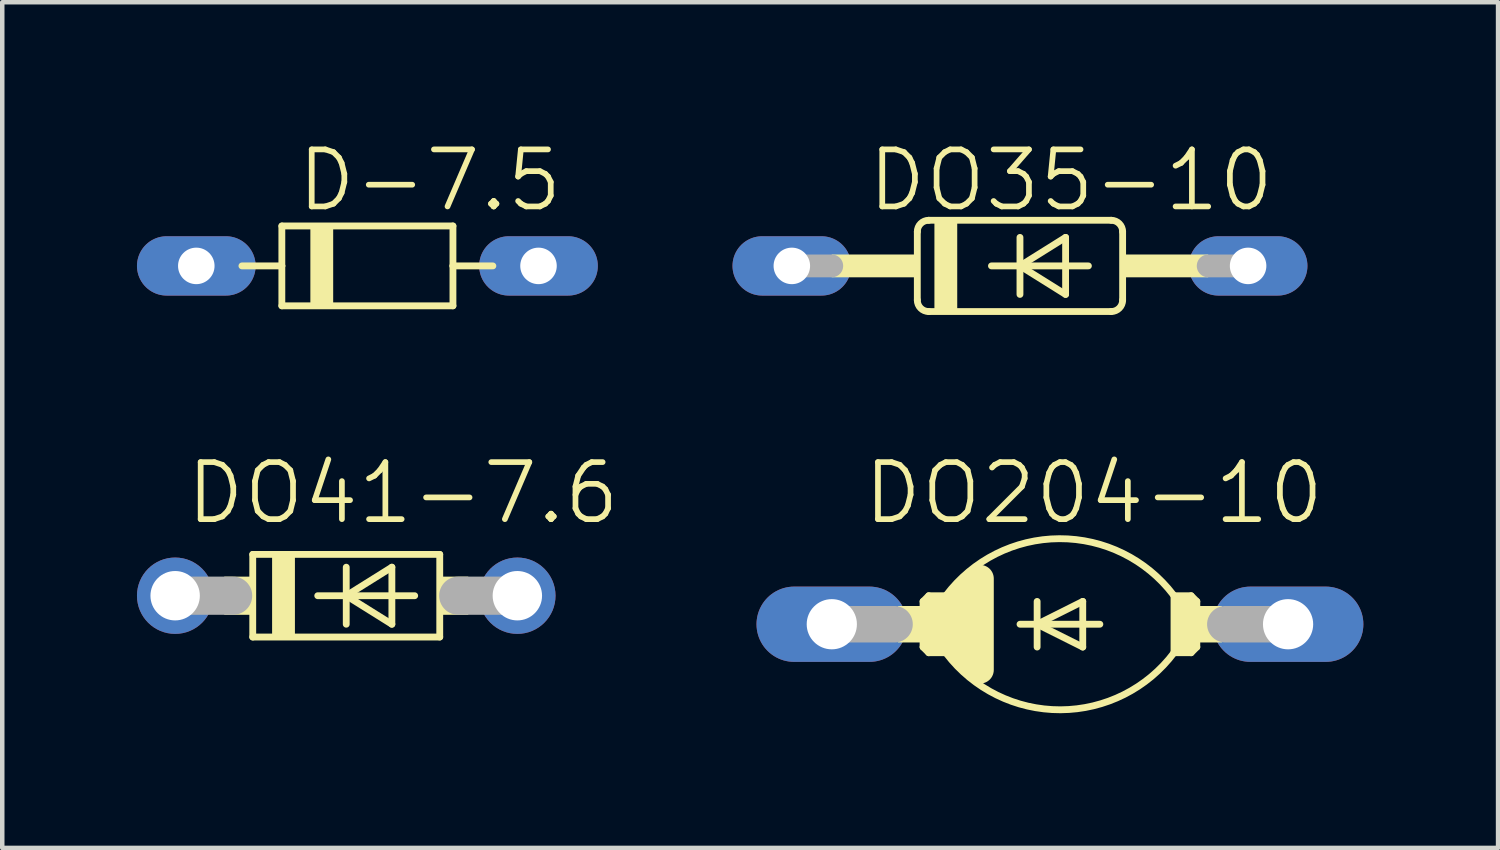
<source format=kicad_pcb>
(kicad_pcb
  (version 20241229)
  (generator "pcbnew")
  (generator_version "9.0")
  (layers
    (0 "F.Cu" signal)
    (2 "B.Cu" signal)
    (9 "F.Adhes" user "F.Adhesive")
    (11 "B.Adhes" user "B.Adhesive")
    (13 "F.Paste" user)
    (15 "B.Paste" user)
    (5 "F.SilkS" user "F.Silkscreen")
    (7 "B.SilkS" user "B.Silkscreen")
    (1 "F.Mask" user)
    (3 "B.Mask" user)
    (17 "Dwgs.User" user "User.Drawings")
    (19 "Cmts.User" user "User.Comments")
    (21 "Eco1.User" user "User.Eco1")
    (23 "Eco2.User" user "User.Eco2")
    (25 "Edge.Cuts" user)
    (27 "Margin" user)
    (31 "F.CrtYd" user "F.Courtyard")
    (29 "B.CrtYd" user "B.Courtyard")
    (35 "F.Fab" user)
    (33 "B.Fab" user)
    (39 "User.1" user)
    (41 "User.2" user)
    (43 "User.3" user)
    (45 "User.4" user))
  (footprint "DO41-7.6"
    (layer "F.Cu")
    (at 4.66 10.215)
    (property "Reference" "DO41-7.6" (at 1.264 -2.286 0) (layer "F.SilkS") (effects (font (size 1.27 1.27) (thickness 0.127))))
    (attr through_hole)
    (fp_line (start -2.082 -0.92) (end -2.082 0.92) (stroke (width 0.152) (type solid)) (layer "F.SilkS"))
    (fp_line (start -2.082 -0.92) (end 2.082 -0.92) (stroke (width 0.152) (type solid)) (layer "F.SilkS"))
    (fp_line (start -0.635 0) (end 0 0) (stroke (width 0.152) (type solid)) (layer "F.SilkS"))
    (fp_line (start 0 -0.635) (end 0 0) (stroke (width 0.152) (type solid)) (layer "F.SilkS"))
    (fp_line (start 0 0) (end 0 0.635) (stroke (width 0.152) (type solid)) (layer "F.SilkS"))
    (fp_line (start 0 0) (end 1.016 -0.635) (stroke (width 0.152) (type solid)) (layer "F.SilkS"))
    (fp_line (start 0 0) (end 1.524 0) (stroke (width 0.152) (type solid)) (layer "F.SilkS"))
    (fp_line (start 1.016 -0.635) (end 1.016 0.635) (stroke (width 0.152) (type solid)) (layer "F.SilkS"))
    (fp_line (start 1.016 0.635) (end 0 0) (stroke (width 0.152) (type solid)) (layer "F.SilkS"))
    (fp_line (start 2.082 0.92) (end -2.082 0.92) (stroke (width 0.152) (type solid)) (layer "F.SilkS"))
    (fp_line (start 2.082 0.92) (end 2.082 -0.92) (stroke (width 0.152) (type solid)) (layer "F.SilkS"))
    (fp_poly (pts (xy -2.717 -0.425) (xy -2.082 -0.425) (xy -2.082 0.425) (xy -2.717 0.425)) (stroke (width 0) (type solid)) (fill yes) (layer "F.SilkS"))
    (fp_poly (pts (xy -1.651 -0.92) (xy -1.143 -0.92) (xy -1.143 0.95) (xy -1.651 0.95)) (stroke (width 0) (type solid)) (fill yes) (layer "F.SilkS"))
    (fp_poly (pts (xy 2.082 -0.425) (xy 2.717 -0.425) (xy 2.717 0.425) (xy 2.082 0.425)) (stroke (width 0) (type solid)) (fill yes) (layer "F.SilkS"))
    (fp_line (start -3.81 0) (end -2.519 0) (stroke (width 0.85) (type solid)) (layer "F.Fab"))
    (fp_line (start 3.81 0) (end 2.494 0) (stroke (width 0.85) (type solid)) (layer "F.Fab"))
    (pad "A" thru_hole circle (at 3.81 0) (size 1.7 1.7) (drill 1.1) (layers "*.Cu" "*.Mask"))
    (pad "C" thru_hole circle (at -3.81 0) (size 1.7 1.7) (drill 1.1) (layers "*.Cu" "*.Mask")))
  (footprint "DO204-10"
    (layer "F.Cu")
    (at 20.552 10.85)
    (property "Reference" "DO204-10" (at 0.756 -2.921 0) (layer "F.SilkS") (effects (font (size 1.27 1.27) (thickness 0.127))))
    (attr through_hole)
    (fp_line (start -3.048 -0.508) (end -2.921 -0.635) (stroke (width 0.152) (type solid)) (layer "F.SilkS"))
    (fp_line (start -3.048 0.508) (end -3.048 -0.508) (stroke (width 0.152) (type solid)) (layer "F.SilkS"))
    (fp_line (start -3.048 0.508) (end -2.921 0.635) (stroke (width 0.152) (type solid)) (layer "F.SilkS"))
    (fp_line (start -2.794 -0.381) (end -2.794 0.381) (stroke (width 0.61) (type solid)) (layer "F.SilkS"))
    (fp_line (start -2.54 -0.635) (end -2.921 -0.635) (stroke (width 0.152) (type solid)) (layer "F.SilkS"))
    (fp_line (start -2.54 -0.635) (end -2.54 0.635) (stroke (width 0.152) (type solid)) (layer "F.SilkS"))
    (fp_line (start -2.54 0.635) (end -2.921 0.635) (stroke (width 0.152) (type solid)) (layer "F.SilkS"))
    (fp_line (start -2.286 -0.508) (end -2.286 0.508) (stroke (width 0.61) (type solid)) (layer "F.SilkS"))
    (fp_line (start -2.286 -0.508) (end -2.032 -0.762) (stroke (width 0.61) (type solid)) (layer "F.SilkS"))
    (fp_line (start -2.032 0.762) (end -2.286 0.508) (stroke (width 0.61) (type solid)) (layer "F.SilkS"))
    (fp_line (start -1.778 -1.016) (end -1.778 1.016) (stroke (width 0.61) (type solid)) (layer "F.SilkS"))
    (fp_line (start -0.889 0) (end -0.508 0) (stroke (width 0.152) (type solid)) (layer "F.SilkS"))
    (fp_line (start -0.508 -0.508) (end -0.508 0) (stroke (width 0.152) (type solid)) (layer "F.SilkS"))
    (fp_line (start -0.508 0) (end -0.508 0.508) (stroke (width 0.152) (type solid)) (layer "F.SilkS"))
    (fp_line (start -0.508 0) (end 0.508 -0.508) (stroke (width 0.152) (type solid)) (layer "F.SilkS"))
    (fp_line (start -0.508 0) (end 0.889 0) (stroke (width 0.152) (type solid)) (layer "F.SilkS"))
    (fp_line (start 0.508 -0.508) (end 0.508 0.508) (stroke (width 0.152) (type solid)) (layer "F.SilkS"))
    (fp_line (start 0.508 0.508) (end -0.508 0) (stroke (width 0.152) (type solid)) (layer "F.SilkS"))
    (fp_line (start 2.54 -0.635) (end 2.54 0.635) (stroke (width 0.152) (type solid)) (layer "F.SilkS"))
    (fp_line (start 2.54 -0.635) (end 2.921 -0.635) (stroke (width 0.152) (type solid)) (layer "F.SilkS"))
    (fp_line (start 2.54 0.635) (end 2.921 0.635) (stroke (width 0.152) (type solid)) (layer "F.SilkS"))
    (fp_line (start 2.794 -0.381) (end 2.794 0.381) (stroke (width 0.61) (type solid)) (layer "F.SilkS"))
    (fp_line (start 3.048 -0.508) (end 2.921 -0.635) (stroke (width 0.152) (type solid)) (layer "F.SilkS"))
    (fp_line (start 3.048 0.508) (end 2.921 0.635) (stroke (width 0.152) (type solid)) (layer "F.SilkS"))
    (fp_line (start 3.048 0.508) (end 3.048 -0.508) (stroke (width 0.152) (type solid)) (layer "F.SilkS"))
    (fp_arc (start -2.54 -0.635) (mid -0.012028 -1.904983) (end 2.525499 -0.654201) (stroke (width 0.1524) (type solid)) (layer "F.SilkS"))
    (fp_arc (start 2.539999 0.635001) (mid 0.012027 1.904983) (end -2.5255 0.6542) (stroke (width 0.1524) (type solid)) (layer "F.SilkS"))
    (fp_poly (pts (xy -3.607 -0.406) (xy -3.048 -0.406) (xy -3.048 0.406) (xy -3.607 0.406)) (stroke (width 0) (type solid)) (fill yes) (layer "F.SilkS"))
    (fp_poly (pts (xy 3.048 -0.406) (xy 3.607 -0.406) (xy 3.607 0.406) (xy 3.048 0.406)) (stroke (width 0) (type solid)) (fill yes) (layer "F.SilkS"))
    (fp_line (start -5.08 0) (end -3.683 0) (stroke (width 0.813) (type solid)) (layer "F.Fab"))
    (fp_line (start 5.08 0) (end 3.683 0) (stroke (width 0.813) (type solid)) (layer "F.Fab"))
    (pad "A" thru_hole oval (at 5.08 0) (size 3.353 1.676) (drill 1.118) (layers "*.Cu" "*.Mask"))
    (pad "C" thru_hole oval (at -5.08 0) (size 3.353 1.676) (drill 1.118) (layers "*.Cu" "*.Mask")))
  (footprint "D-7.5"
    (layer "F.Cu")
    (at 5.131 2.871)
    (property "Reference" "D-7.5" (at 1.391 -1.905 0) (layer "F.SilkS") (effects (font (size 1.27 1.27) (thickness 0.127))))
    (attr through_hole)
    (fp_line (start -1.905 -0.889) (end -1.905 0) (stroke (width 0.152) (type solid)) (layer "F.SilkS"))
    (fp_line (start -1.905 0) (end -2.794 0) (stroke (width 0.152) (type solid)) (layer "F.SilkS"))
    (fp_line (start -1.905 0) (end -1.905 0.889) (stroke (width 0.152) (type solid)) (layer "F.SilkS"))
    (fp_line (start -1.905 0.889) (end 1.905 0.889) (stroke (width 0.152) (type solid)) (layer "F.SilkS"))
    (fp_line (start 1.905 -0.889) (end -1.905 -0.889) (stroke (width 0.152) (type solid)) (layer "F.SilkS"))
    (fp_line (start 1.905 0) (end 1.905 -0.889) (stroke (width 0.152) (type solid)) (layer "F.SilkS"))
    (fp_line (start 1.905 0.889) (end 1.905 0) (stroke (width 0.152) (type solid)) (layer "F.SilkS"))
    (fp_line (start 2.794 0) (end 1.905 0) (stroke (width 0.152) (type solid)) (layer "F.SilkS"))
    (fp_poly (pts (xy -1.27 -0.889) (xy -0.762 -0.889) (xy -0.762 0.889) (xy -1.27 0.889)) (stroke (width 0) (type solid)) (fill yes) (layer "F.SilkS"))
    (pad "A" thru_hole oval (at 3.81 0) (size 2.642 1.321) (drill 0.813) (layers "*.Cu" "*.Mask"))
    (pad "C" thru_hole oval (at -3.81 0) (size 2.642 1.321) (drill 0.813) (layers "*.Cu" "*.Mask")))
  (footprint "DO35-10"
    (layer "F.Cu")
    (at 19.662 2.871)
    (property "Reference" "DO35-10" (at 1.137 -1.905 0) (layer "F.SilkS") (effects (font (size 1.27 1.27) (thickness 0.127))))
    (attr through_hole)
    (fp_line (start -2.286 -0.762) (end -2.286 0.762) (stroke (width 0.152) (type solid)) (layer "F.SilkS"))
    (fp_line (start -2.032 -1.016) (end 2.032 -1.016) (stroke (width 0.152) (type solid)) (layer "F.SilkS"))
    (fp_line (start -2.032 1.016) (end 2.032 1.016) (stroke (width 0.152) (type solid)) (layer "F.SilkS"))
    (fp_line (start -0.635 0) (end 0 0) (stroke (width 0.152) (type solid)) (layer "F.SilkS"))
    (fp_line (start 0 -0.635) (end 0 0) (stroke (width 0.152) (type solid)) (layer "F.SilkS"))
    (fp_line (start 0 0) (end 0 0.635) (stroke (width 0.152) (type solid)) (layer "F.SilkS"))
    (fp_line (start 0 0) (end 1.016 -0.635) (stroke (width 0.152) (type solid)) (layer "F.SilkS"))
    (fp_line (start 0 0) (end 1.524 0) (stroke (width 0.152) (type solid)) (layer "F.SilkS"))
    (fp_line (start 1.016 -0.635) (end 1.016 0.635) (stroke (width 0.152) (type solid)) (layer "F.SilkS"))
    (fp_line (start 1.016 0.635) (end 0 0) (stroke (width 0.152) (type solid)) (layer "F.SilkS"))
    (fp_line (start 2.286 0.762) (end 2.286 -0.762) (stroke (width 0.152) (type solid)) (layer "F.SilkS"))
    (fp_arc (start -2.286 -0.762) (mid -2.211605 -0.941605) (end -2.032 -1.016) (stroke (width 0.1524) (type solid)) (layer "F.SilkS"))
    (fp_arc (start -2.032 1.016) (mid -2.211605 0.941605) (end -2.286 0.762) (stroke (width 0.1524) (type solid)) (layer "F.SilkS"))
    (fp_arc (start 2.032 -1.016) (mid 2.211605 -0.941605) (end 2.286 -0.762) (stroke (width 0.1524) (type solid)) (layer "F.SilkS"))
    (fp_arc (start 2.286 0.762) (mid 2.211605 0.941605) (end 2.032 1.016) (stroke (width 0.1524) (type solid)) (layer "F.SilkS"))
    (fp_poly (pts (xy -4.191 -0.254) (xy -2.286 -0.254) (xy -2.286 0.254) (xy -4.191 0.254)) (stroke (width 0) (type solid)) (fill yes) (layer "F.SilkS"))
    (fp_poly (pts (xy -1.905 -1.016) (xy -1.397 -1.016) (xy -1.397 1.016) (xy -1.905 1.016)) (stroke (width 0) (type solid)) (fill yes) (layer "F.SilkS"))
    (fp_poly (pts (xy 2.286 -0.254) (xy 4.191 -0.254) (xy 4.191 0.254) (xy 2.286 0.254)) (stroke (width 0) (type solid)) (fill yes) (layer "F.SilkS"))
    (fp_line (start -5.08 0) (end -4.191 0) (stroke (width 0.508) (type solid)) (layer "F.Fab"))
    (fp_line (start 5.08 0) (end 4.191 0) (stroke (width 0.508) (type solid)) (layer "F.Fab"))
    (pad "A" thru_hole oval (at 5.08 0) (size 2.642 1.321) (drill 0.813) (layers "*.Cu" "*.Mask"))
    (pad "C" thru_hole oval (at -5.08 0) (size 2.642 1.321) (drill 0.813) (layers "*.Cu" "*.Mask")))
  (gr_rect
    (start -3 -3)
    (end 30.308 15.831)
    (stroke (width 0.1) (type default))
    (fill no)
    (layer "Edge.Cuts")))
</source>
